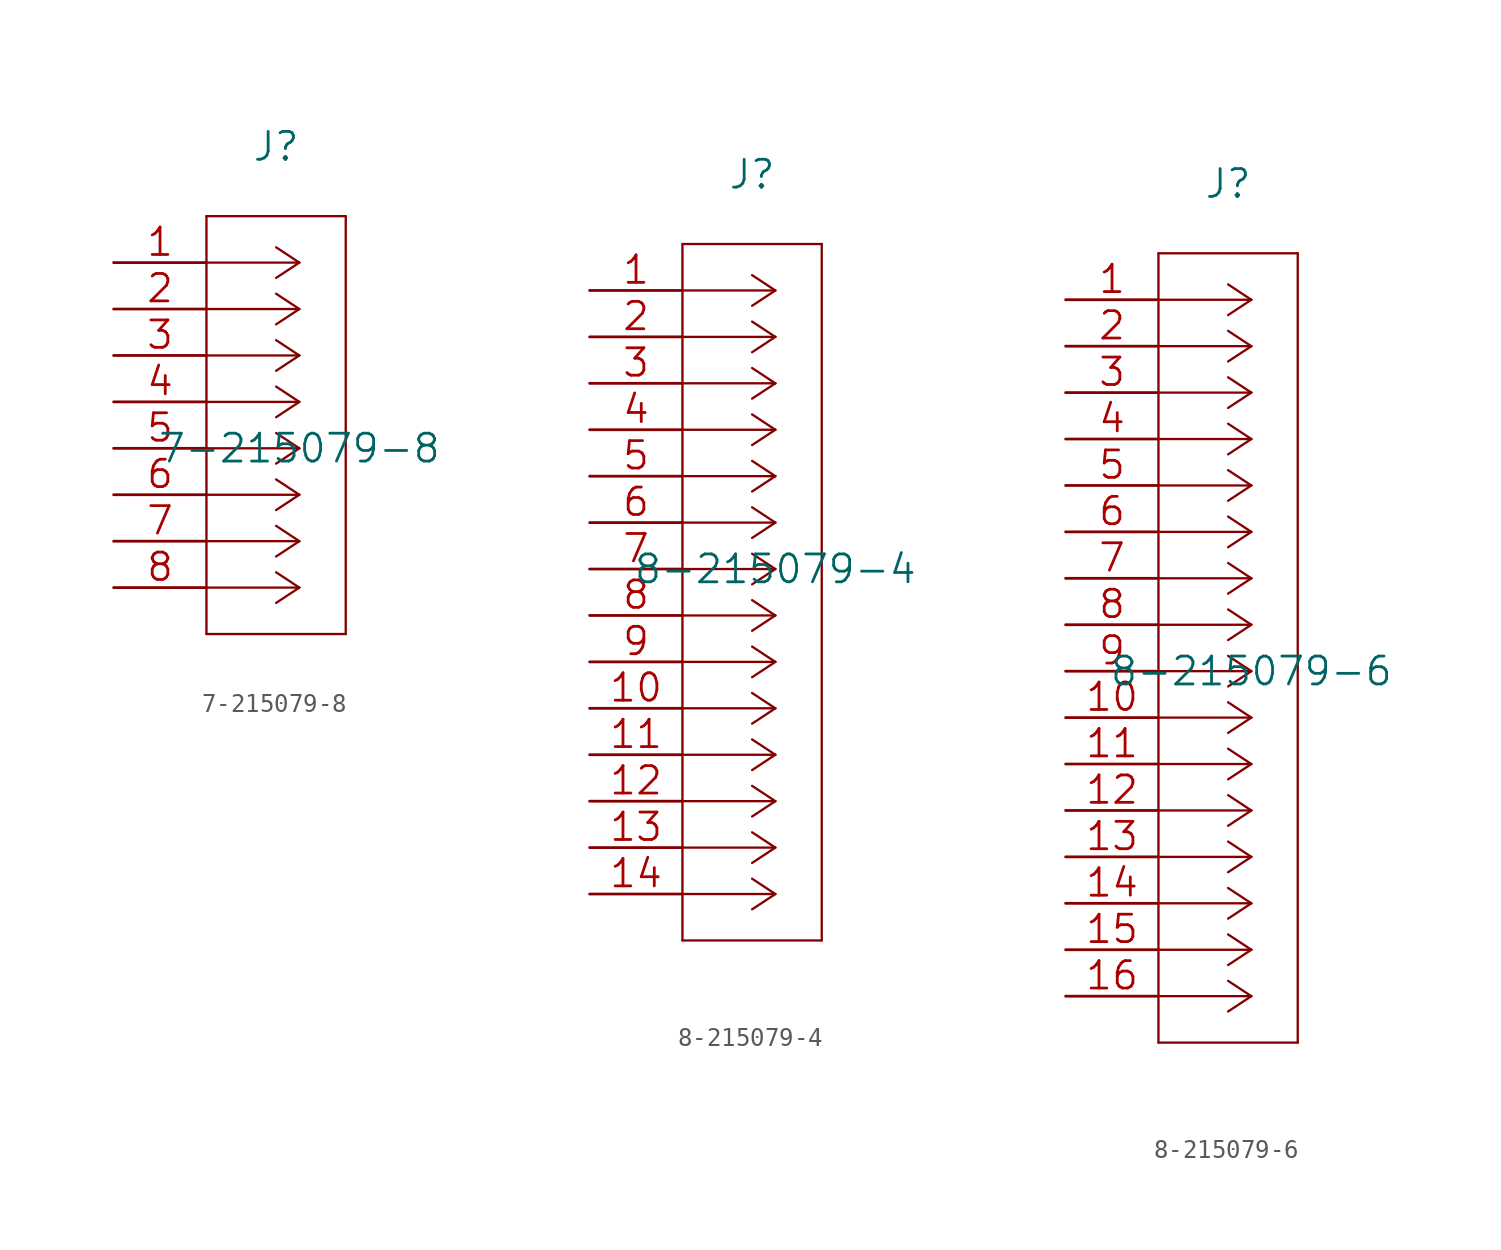
<source format=kicad_sym>
(kicad_symbol_lib
  (version 20211014)
  (generator kicad_symbol_editor)
  (symbol "7-215079-8"
    (pin_names
      (offset 0.254) hide)
    (property "Reference" "J"
      (at 8.89 6.35 0)
      (effects (font (size 1.524 1.524))))
    (property "Value" "7-215079-8"
      (at 10.16 -10.16 0)
      (effects (font (size 1.524 1.524))))
    (property "Datasheet" ""
      (at 0 0 0)
      (effects (font (size 1.524 1.524))))
    (property "ki_locked" ""
      (at 0 0 0)
      (effects (font (size 1.27 1.27))))
    (symbol "7-215079-8_1_1"
      (polyline (pts (xy 5.08 -20.32) (xy 12.7 -20.32)) (stroke (width 0.127) (type default) (color 0 0 0 0)) (fill (type none)))
      (polyline (pts (xy 5.08 2.54) (xy 5.08 -20.32)) (stroke (width 0.127) (type default) (color 0 0 0 0)) (fill (type none)))
      (polyline (pts (xy 10.16 -17.78) (xy 5.08 -17.78)) (stroke (width 0.127) (type default) (color 0 0 0 0)) (fill (type none)))
      (polyline (pts (xy 10.16 -17.78) (xy 8.89 -18.618)) (stroke (width 0.127) (type default) (color 0 0 0 0)) (fill (type none)))
      (polyline (pts (xy 10.16 -17.78) (xy 8.89 -16.942)) (stroke (width 0.127) (type default) (color 0 0 0 0)) (fill (type none)))
      (polyline (pts (xy 10.16 -15.24) (xy 5.08 -15.24)) (stroke (width 0.127) (type default) (color 0 0 0 0)) (fill (type none)))
      (polyline (pts (xy 10.16 -15.24) (xy 8.89 -16.078)) (stroke (width 0.127) (type default) (color 0 0 0 0)) (fill (type none)))
      (polyline (pts (xy 10.16 -15.24) (xy 8.89 -14.402)) (stroke (width 0.127) (type default) (color 0 0 0 0)) (fill (type none)))
      (polyline (pts (xy 10.16 -12.7) (xy 5.08 -12.7)) (stroke (width 0.127) (type default) (color 0 0 0 0)) (fill (type none)))
      (polyline (pts (xy 10.16 -12.7) (xy 8.89 -13.538)) (stroke (width 0.127) (type default) (color 0 0 0 0)) (fill (type none)))
      (polyline (pts (xy 10.16 -12.7) (xy 8.89 -11.862)) (stroke (width 0.127) (type default) (color 0 0 0 0)) (fill (type none)))
      (polyline (pts (xy 10.16 -10.16) (xy 5.08 -10.16)) (stroke (width 0.127) (type default) (color 0 0 0 0)) (fill (type none)))
      (polyline (pts (xy 10.16 -10.16) (xy 8.89 -10.998)) (stroke (width 0.127) (type default) (color 0 0 0 0)) (fill (type none)))
      (polyline (pts (xy 10.16 -10.16) (xy 8.89 -9.322)) (stroke (width 0.127) (type default) (color 0 0 0 0)) (fill (type none)))
      (polyline (pts (xy 10.16 -7.62) (xy 5.08 -7.62)) (stroke (width 0.127) (type default) (color 0 0 0 0)) (fill (type none)))
      (polyline (pts (xy 10.16 -7.62) (xy 8.89 -8.458)) (stroke (width 0.127) (type default) (color 0 0 0 0)) (fill (type none)))
      (polyline (pts (xy 10.16 -7.62) (xy 8.89 -6.782)) (stroke (width 0.127) (type default) (color 0 0 0 0)) (fill (type none)))
      (polyline (pts (xy 10.16 -5.08) (xy 5.08 -5.08)) (stroke (width 0.127) (type default) (color 0 0 0 0)) (fill (type none)))
      (polyline (pts (xy 10.16 -5.08) (xy 8.89 -5.918)) (stroke (width 0.127) (type default) (color 0 0 0 0)) (fill (type none)))
      (polyline (pts (xy 10.16 -5.08) (xy 8.89 -4.242)) (stroke (width 0.127) (type default) (color 0 0 0 0)) (fill (type none)))
      (polyline (pts (xy 10.16 -2.54) (xy 5.08 -2.54)) (stroke (width 0.127) (type default) (color 0 0 0 0)) (fill (type none)))
      (polyline (pts (xy 10.16 -2.54) (xy 8.89 -3.378)) (stroke (width 0.127) (type default) (color 0 0 0 0)) (fill (type none)))
      (polyline (pts (xy 10.16 -2.54) (xy 8.89 -1.702)) (stroke (width 0.127) (type default) (color 0 0 0 0)) (fill (type none)))
      (polyline (pts (xy 10.16 0) (xy 5.08 0)) (stroke (width 0.127) (type default) (color 0 0 0 0)) (fill (type none)))
      (polyline (pts (xy 10.16 0) (xy 8.89 -0.838)) (stroke (width 0.127) (type default) (color 0 0 0 0)) (fill (type none)))
      (polyline (pts (xy 10.16 0) (xy 8.89 0.838)) (stroke (width 0.127) (type default) (color 0 0 0 0)) (fill (type none)))
      (polyline (pts (xy 12.7 -20.32) (xy 12.7 2.54)) (stroke (width 0.127) (type default) (color 0 0 0 0)) (fill (type none)))
      (polyline (pts (xy 12.7 2.54) (xy 5.08 2.54)) (stroke (width 0.127) (type default) (color 0 0 0 0)) (fill (type none)))
      (pin passive line (at 0 0 0) (length 5.08) (name "1" (effects (font (size 1.499 1.499)))) (number "1" (effects (font (size 1.499 1.499)))))
      (pin passive line (at 0 -2.54 0) (length 5.08) (name "2" (effects (font (size 1.499 1.499)))) (number "2" (effects (font (size 1.499 1.499)))))
      (pin passive line (at 0 -5.08 0) (length 5.08) (name "3" (effects (font (size 1.499 1.499)))) (number "3" (effects (font (size 1.499 1.499)))))
      (pin passive line (at 0 -7.62 0) (length 5.08) (name "4" (effects (font (size 1.499 1.499)))) (number "4" (effects (font (size 1.499 1.499)))))
      (pin passive line (at 0 -10.16 0) (length 5.08) (name "5" (effects (font (size 1.499 1.499)))) (number "5" (effects (font (size 1.499 1.499)))))
      (pin passive line (at 0 -12.7 0) (length 5.08) (name "6" (effects (font (size 1.499 1.499)))) (number "6" (effects (font (size 1.499 1.499)))))
      (pin passive line (at 0 -15.24 0) (length 5.08) (name "7" (effects (font (size 1.499 1.499)))) (number "7" (effects (font (size 1.499 1.499)))))
      (pin passive line (at 0 -17.78 0) (length 5.08) (name "8" (effects (font (size 1.499 1.499)))) (number "8" (effects (font (size 1.499 1.499)))))))
  (symbol "8-215079-4"
    (pin_names
      (offset 0.254) hide)
    (property "Reference" "J"
      (at 8.89 6.35 0)
      (effects (font (size 1.524 1.524))))
    (property "Value" "8-215079-4"
      (at 10.16 -15.24 0)
      (effects (font (size 1.524 1.524))))
    (property "Datasheet" ""
      (at 0 0 0)
      (effects (font (size 1.524 1.524))))
    (property "ki_locked" ""
      (at 0 0 0)
      (effects (font (size 1.27 1.27))))
    (symbol "8-215079-4_1_1"
      (polyline (pts (xy 5.08 -35.56) (xy 12.7 -35.56)) (stroke (width 0.127) (type default) (color 0 0 0 0)) (fill (type none)))
      (polyline (pts (xy 5.08 2.54) (xy 5.08 -35.56)) (stroke (width 0.127) (type default) (color 0 0 0 0)) (fill (type none)))
      (polyline (pts (xy 10.16 -33.02) (xy 5.08 -33.02)) (stroke (width 0.127) (type default) (color 0 0 0 0)) (fill (type none)))
      (polyline (pts (xy 10.16 -33.02) (xy 8.89 -33.858)) (stroke (width 0.127) (type default) (color 0 0 0 0)) (fill (type none)))
      (polyline (pts (xy 10.16 -33.02) (xy 8.89 -32.182)) (stroke (width 0.127) (type default) (color 0 0 0 0)) (fill (type none)))
      (polyline (pts (xy 10.16 -30.48) (xy 5.08 -30.48)) (stroke (width 0.127) (type default) (color 0 0 0 0)) (fill (type none)))
      (polyline (pts (xy 10.16 -30.48) (xy 8.89 -31.318)) (stroke (width 0.127) (type default) (color 0 0 0 0)) (fill (type none)))
      (polyline (pts (xy 10.16 -30.48) (xy 8.89 -29.642)) (stroke (width 0.127) (type default) (color 0 0 0 0)) (fill (type none)))
      (polyline (pts (xy 10.16 -27.94) (xy 5.08 -27.94)) (stroke (width 0.127) (type default) (color 0 0 0 0)) (fill (type none)))
      (polyline (pts (xy 10.16 -27.94) (xy 8.89 -28.778)) (stroke (width 0.127) (type default) (color 0 0 0 0)) (fill (type none)))
      (polyline (pts (xy 10.16 -27.94) (xy 8.89 -27.102)) (stroke (width 0.127) (type default) (color 0 0 0 0)) (fill (type none)))
      (polyline (pts (xy 10.16 -25.4) (xy 5.08 -25.4)) (stroke (width 0.127) (type default) (color 0 0 0 0)) (fill (type none)))
      (polyline (pts (xy 10.16 -25.4) (xy 8.89 -26.238)) (stroke (width 0.127) (type default) (color 0 0 0 0)) (fill (type none)))
      (polyline (pts (xy 10.16 -25.4) (xy 8.89 -24.562)) (stroke (width 0.127) (type default) (color 0 0 0 0)) (fill (type none)))
      (polyline (pts (xy 10.16 -22.86) (xy 5.08 -22.86)) (stroke (width 0.127) (type default) (color 0 0 0 0)) (fill (type none)))
      (polyline (pts (xy 10.16 -22.86) (xy 8.89 -23.698)) (stroke (width 0.127) (type default) (color 0 0 0 0)) (fill (type none)))
      (polyline (pts (xy 10.16 -22.86) (xy 8.89 -22.022)) (stroke (width 0.127) (type default) (color 0 0 0 0)) (fill (type none)))
      (polyline (pts (xy 10.16 -20.32) (xy 5.08 -20.32)) (stroke (width 0.127) (type default) (color 0 0 0 0)) (fill (type none)))
      (polyline (pts (xy 10.16 -20.32) (xy 8.89 -21.158)) (stroke (width 0.127) (type default) (color 0 0 0 0)) (fill (type none)))
      (polyline (pts (xy 10.16 -20.32) (xy 8.89 -19.482)) (stroke (width 0.127) (type default) (color 0 0 0 0)) (fill (type none)))
      (polyline (pts (xy 10.16 -17.78) (xy 5.08 -17.78)) (stroke (width 0.127) (type default) (color 0 0 0 0)) (fill (type none)))
      (polyline (pts (xy 10.16 -17.78) (xy 8.89 -18.618)) (stroke (width 0.127) (type default) (color 0 0 0 0)) (fill (type none)))
      (polyline (pts (xy 10.16 -17.78) (xy 8.89 -16.942)) (stroke (width 0.127) (type default) (color 0 0 0 0)) (fill (type none)))
      (polyline (pts (xy 10.16 -15.24) (xy 5.08 -15.24)) (stroke (width 0.127) (type default) (color 0 0 0 0)) (fill (type none)))
      (polyline (pts (xy 10.16 -15.24) (xy 8.89 -16.078)) (stroke (width 0.127) (type default) (color 0 0 0 0)) (fill (type none)))
      (polyline (pts (xy 10.16 -15.24) (xy 8.89 -14.402)) (stroke (width 0.127) (type default) (color 0 0 0 0)) (fill (type none)))
      (polyline (pts (xy 10.16 -12.7) (xy 5.08 -12.7)) (stroke (width 0.127) (type default) (color 0 0 0 0)) (fill (type none)))
      (polyline (pts (xy 10.16 -12.7) (xy 8.89 -13.538)) (stroke (width 0.127) (type default) (color 0 0 0 0)) (fill (type none)))
      (polyline (pts (xy 10.16 -12.7) (xy 8.89 -11.862)) (stroke (width 0.127) (type default) (color 0 0 0 0)) (fill (type none)))
      (polyline (pts (xy 10.16 -10.16) (xy 5.08 -10.16)) (stroke (width 0.127) (type default) (color 0 0 0 0)) (fill (type none)))
      (polyline (pts (xy 10.16 -10.16) (xy 8.89 -10.998)) (stroke (width 0.127) (type default) (color 0 0 0 0)) (fill (type none)))
      (polyline (pts (xy 10.16 -10.16) (xy 8.89 -9.322)) (stroke (width 0.127) (type default) (color 0 0 0 0)) (fill (type none)))
      (polyline (pts (xy 10.16 -7.62) (xy 5.08 -7.62)) (stroke (width 0.127) (type default) (color 0 0 0 0)) (fill (type none)))
      (polyline (pts (xy 10.16 -7.62) (xy 8.89 -8.458)) (stroke (width 0.127) (type default) (color 0 0 0 0)) (fill (type none)))
      (polyline (pts (xy 10.16 -7.62) (xy 8.89 -6.782)) (stroke (width 0.127) (type default) (color 0 0 0 0)) (fill (type none)))
      (polyline (pts (xy 10.16 -5.08) (xy 5.08 -5.08)) (stroke (width 0.127) (type default) (color 0 0 0 0)) (fill (type none)))
      (polyline (pts (xy 10.16 -5.08) (xy 8.89 -5.918)) (stroke (width 0.127) (type default) (color 0 0 0 0)) (fill (type none)))
      (polyline (pts (xy 10.16 -5.08) (xy 8.89 -4.242)) (stroke (width 0.127) (type default) (color 0 0 0 0)) (fill (type none)))
      (polyline (pts (xy 10.16 -2.54) (xy 5.08 -2.54)) (stroke (width 0.127) (type default) (color 0 0 0 0)) (fill (type none)))
      (polyline (pts (xy 10.16 -2.54) (xy 8.89 -3.378)) (stroke (width 0.127) (type default) (color 0 0 0 0)) (fill (type none)))
      (polyline (pts (xy 10.16 -2.54) (xy 8.89 -1.702)) (stroke (width 0.127) (type default) (color 0 0 0 0)) (fill (type none)))
      (polyline (pts (xy 10.16 0) (xy 5.08 0)) (stroke (width 0.127) (type default) (color 0 0 0 0)) (fill (type none)))
      (polyline (pts (xy 10.16 0) (xy 8.89 -0.838)) (stroke (width 0.127) (type default) (color 0 0 0 0)) (fill (type none)))
      (polyline (pts (xy 10.16 0) (xy 8.89 0.838)) (stroke (width 0.127) (type default) (color 0 0 0 0)) (fill (type none)))
      (polyline (pts (xy 12.7 -35.56) (xy 12.7 2.54)) (stroke (width 0.127) (type default) (color 0 0 0 0)) (fill (type none)))
      (polyline (pts (xy 12.7 2.54) (xy 5.08 2.54)) (stroke (width 0.127) (type default) (color 0 0 0 0)) (fill (type none)))
      (pin passive line (at 0 0 0) (length 5.08) (name "1" (effects (font (size 1.499 1.499)))) (number "1" (effects (font (size 1.499 1.499)))))
      (pin passive line (at 0 -22.86 0) (length 5.08) (name "10" (effects (font (size 1.499 1.499)))) (number "10" (effects (font (size 1.499 1.499)))))
      (pin passive line (at 0 -25.4 0) (length 5.08) (name "11" (effects (font (size 1.499 1.499)))) (number "11" (effects (font (size 1.499 1.499)))))
      (pin passive line (at 0 -27.94 0) (length 5.08) (name "12" (effects (font (size 1.499 1.499)))) (number "12" (effects (font (size 1.499 1.499)))))
      (pin passive line (at 0 -30.48 0) (length 5.08) (name "13" (effects (font (size 1.499 1.499)))) (number "13" (effects (font (size 1.499 1.499)))))
      (pin passive line (at 0 -33.02 0) (length 5.08) (name "14" (effects (font (size 1.499 1.499)))) (number "14" (effects (font (size 1.499 1.499)))))
      (pin passive line (at 0 -2.54 0) (length 5.08) (name "2" (effects (font (size 1.499 1.499)))) (number "2" (effects (font (size 1.499 1.499)))))
      (pin passive line (at 0 -5.08 0) (length 5.08) (name "3" (effects (font (size 1.499 1.499)))) (number "3" (effects (font (size 1.499 1.499)))))
      (pin passive line (at 0 -7.62 0) (length 5.08) (name "4" (effects (font (size 1.499 1.499)))) (number "4" (effects (font (size 1.499 1.499)))))
      (pin passive line (at 0 -10.16 0) (length 5.08) (name "5" (effects (font (size 1.499 1.499)))) (number "5" (effects (font (size 1.499 1.499)))))
      (pin passive line (at 0 -12.7 0) (length 5.08) (name "6" (effects (font (size 1.499 1.499)))) (number "6" (effects (font (size 1.499 1.499)))))
      (pin passive line (at 0 -15.24 0) (length 5.08) (name "7" (effects (font (size 1.499 1.499)))) (number "7" (effects (font (size 1.499 1.499)))))
      (pin passive line (at 0 -17.78 0) (length 5.08) (name "8" (effects (font (size 1.499 1.499)))) (number "8" (effects (font (size 1.499 1.499)))))
      (pin passive line (at 0 -20.32 0) (length 5.08) (name "9" (effects (font (size 1.499 1.499)))) (number "9" (effects (font (size 1.499 1.499)))))))
  (symbol "8-215079-6"
    (pin_names
      (offset 0.254) hide)
    (property "Reference" "J"
      (at 8.89 6.35 0)
      (effects (font (size 1.524 1.524))))
    (property "Value" "8-215079-6"
      (at 10.16 -20.32 0)
      (effects (font (size 1.524 1.524))))
    (property "Datasheet" ""
      (at 0 0 0)
      (effects (font (size 1.524 1.524))))
    (property "ki_locked" ""
      (at 0 0 0)
      (effects (font (size 1.27 1.27))))
    (symbol "8-215079-6_1_1"
      (polyline (pts (xy 5.08 -40.64) (xy 12.7 -40.64)) (stroke (width 0.127) (type default) (color 0 0 0 0)) (fill (type none)))
      (polyline (pts (xy 5.08 2.54) (xy 5.08 -40.64)) (stroke (width 0.127) (type default) (color 0 0 0 0)) (fill (type none)))
      (polyline (pts (xy 10.16 -38.1) (xy 5.08 -38.1)) (stroke (width 0.127) (type default) (color 0 0 0 0)) (fill (type none)))
      (polyline (pts (xy 10.16 -38.1) (xy 8.89 -38.938)) (stroke (width 0.127) (type default) (color 0 0 0 0)) (fill (type none)))
      (polyline (pts (xy 10.16 -38.1) (xy 8.89 -37.262)) (stroke (width 0.127) (type default) (color 0 0 0 0)) (fill (type none)))
      (polyline (pts (xy 10.16 -35.56) (xy 5.08 -35.56)) (stroke (width 0.127) (type default) (color 0 0 0 0)) (fill (type none)))
      (polyline (pts (xy 10.16 -35.56) (xy 8.89 -36.398)) (stroke (width 0.127) (type default) (color 0 0 0 0)) (fill (type none)))
      (polyline (pts (xy 10.16 -35.56) (xy 8.89 -34.722)) (stroke (width 0.127) (type default) (color 0 0 0 0)) (fill (type none)))
      (polyline (pts (xy 10.16 -33.02) (xy 5.08 -33.02)) (stroke (width 0.127) (type default) (color 0 0 0 0)) (fill (type none)))
      (polyline (pts (xy 10.16 -33.02) (xy 8.89 -33.858)) (stroke (width 0.127) (type default) (color 0 0 0 0)) (fill (type none)))
      (polyline (pts (xy 10.16 -33.02) (xy 8.89 -32.182)) (stroke (width 0.127) (type default) (color 0 0 0 0)) (fill (type none)))
      (polyline (pts (xy 10.16 -30.48) (xy 5.08 -30.48)) (stroke (width 0.127) (type default) (color 0 0 0 0)) (fill (type none)))
      (polyline (pts (xy 10.16 -30.48) (xy 8.89 -31.318)) (stroke (width 0.127) (type default) (color 0 0 0 0)) (fill (type none)))
      (polyline (pts (xy 10.16 -30.48) (xy 8.89 -29.642)) (stroke (width 0.127) (type default) (color 0 0 0 0)) (fill (type none)))
      (polyline (pts (xy 10.16 -27.94) (xy 5.08 -27.94)) (stroke (width 0.127) (type default) (color 0 0 0 0)) (fill (type none)))
      (polyline (pts (xy 10.16 -27.94) (xy 8.89 -28.778)) (stroke (width 0.127) (type default) (color 0 0 0 0)) (fill (type none)))
      (polyline (pts (xy 10.16 -27.94) (xy 8.89 -27.102)) (stroke (width 0.127) (type default) (color 0 0 0 0)) (fill (type none)))
      (polyline (pts (xy 10.16 -25.4) (xy 5.08 -25.4)) (stroke (width 0.127) (type default) (color 0 0 0 0)) (fill (type none)))
      (polyline (pts (xy 10.16 -25.4) (xy 8.89 -26.238)) (stroke (width 0.127) (type default) (color 0 0 0 0)) (fill (type none)))
      (polyline (pts (xy 10.16 -25.4) (xy 8.89 -24.562)) (stroke (width 0.127) (type default) (color 0 0 0 0)) (fill (type none)))
      (polyline (pts (xy 10.16 -22.86) (xy 5.08 -22.86)) (stroke (width 0.127) (type default) (color 0 0 0 0)) (fill (type none)))
      (polyline (pts (xy 10.16 -22.86) (xy 8.89 -23.698)) (stroke (width 0.127) (type default) (color 0 0 0 0)) (fill (type none)))
      (polyline (pts (xy 10.16 -22.86) (xy 8.89 -22.022)) (stroke (width 0.127) (type default) (color 0 0 0 0)) (fill (type none)))
      (polyline (pts (xy 10.16 -20.32) (xy 5.08 -20.32)) (stroke (width 0.127) (type default) (color 0 0 0 0)) (fill (type none)))
      (polyline (pts (xy 10.16 -20.32) (xy 8.89 -21.158)) (stroke (width 0.127) (type default) (color 0 0 0 0)) (fill (type none)))
      (polyline (pts (xy 10.16 -20.32) (xy 8.89 -19.482)) (stroke (width 0.127) (type default) (color 0 0 0 0)) (fill (type none)))
      (polyline (pts (xy 10.16 -17.78) (xy 5.08 -17.78)) (stroke (width 0.127) (type default) (color 0 0 0 0)) (fill (type none)))
      (polyline (pts (xy 10.16 -17.78) (xy 8.89 -18.618)) (stroke (width 0.127) (type default) (color 0 0 0 0)) (fill (type none)))
      (polyline (pts (xy 10.16 -17.78) (xy 8.89 -16.942)) (stroke (width 0.127) (type default) (color 0 0 0 0)) (fill (type none)))
      (polyline (pts (xy 10.16 -15.24) (xy 5.08 -15.24)) (stroke (width 0.127) (type default) (color 0 0 0 0)) (fill (type none)))
      (polyline (pts (xy 10.16 -15.24) (xy 8.89 -16.078)) (stroke (width 0.127) (type default) (color 0 0 0 0)) (fill (type none)))
      (polyline (pts (xy 10.16 -15.24) (xy 8.89 -14.402)) (stroke (width 0.127) (type default) (color 0 0 0 0)) (fill (type none)))
      (polyline (pts (xy 10.16 -12.7) (xy 5.08 -12.7)) (stroke (width 0.127) (type default) (color 0 0 0 0)) (fill (type none)))
      (polyline (pts (xy 10.16 -12.7) (xy 8.89 -13.538)) (stroke (width 0.127) (type default) (color 0 0 0 0)) (fill (type none)))
      (polyline (pts (xy 10.16 -12.7) (xy 8.89 -11.862)) (stroke (width 0.127) (type default) (color 0 0 0 0)) (fill (type none)))
      (polyline (pts (xy 10.16 -10.16) (xy 5.08 -10.16)) (stroke (width 0.127) (type default) (color 0 0 0 0)) (fill (type none)))
      (polyline (pts (xy 10.16 -10.16) (xy 8.89 -10.998)) (stroke (width 0.127) (type default) (color 0 0 0 0)) (fill (type none)))
      (polyline (pts (xy 10.16 -10.16) (xy 8.89 -9.322)) (stroke (width 0.127) (type default) (color 0 0 0 0)) (fill (type none)))
      (polyline (pts (xy 10.16 -7.62) (xy 5.08 -7.62)) (stroke (width 0.127) (type default) (color 0 0 0 0)) (fill (type none)))
      (polyline (pts (xy 10.16 -7.62) (xy 8.89 -8.458)) (stroke (width 0.127) (type default) (color 0 0 0 0)) (fill (type none)))
      (polyline (pts (xy 10.16 -7.62) (xy 8.89 -6.782)) (stroke (width 0.127) (type default) (color 0 0 0 0)) (fill (type none)))
      (polyline (pts (xy 10.16 -5.08) (xy 5.08 -5.08)) (stroke (width 0.127) (type default) (color 0 0 0 0)) (fill (type none)))
      (polyline (pts (xy 10.16 -5.08) (xy 8.89 -5.918)) (stroke (width 0.127) (type default) (color 0 0 0 0)) (fill (type none)))
      (polyline (pts (xy 10.16 -5.08) (xy 8.89 -4.242)) (stroke (width 0.127) (type default) (color 0 0 0 0)) (fill (type none)))
      (polyline (pts (xy 10.16 -2.54) (xy 5.08 -2.54)) (stroke (width 0.127) (type default) (color 0 0 0 0)) (fill (type none)))
      (polyline (pts (xy 10.16 -2.54) (xy 8.89 -3.378)) (stroke (width 0.127) (type default) (color 0 0 0 0)) (fill (type none)))
      (polyline (pts (xy 10.16 -2.54) (xy 8.89 -1.702)) (stroke (width 0.127) (type default) (color 0 0 0 0)) (fill (type none)))
      (polyline (pts (xy 10.16 0) (xy 5.08 0)) (stroke (width 0.127) (type default) (color 0 0 0 0)) (fill (type none)))
      (polyline (pts (xy 10.16 0) (xy 8.89 -0.838)) (stroke (width 0.127) (type default) (color 0 0 0 0)) (fill (type none)))
      (polyline (pts (xy 10.16 0) (xy 8.89 0.838)) (stroke (width 0.127) (type default) (color 0 0 0 0)) (fill (type none)))
      (polyline (pts (xy 12.7 -40.64) (xy 12.7 2.54)) (stroke (width 0.127) (type default) (color 0 0 0 0)) (fill (type none)))
      (polyline (pts (xy 12.7 2.54) (xy 5.08 2.54)) (stroke (width 0.127) (type default) (color 0 0 0 0)) (fill (type none)))
      (pin passive line (at 0 0 0) (length 5.08) (name "1" (effects (font (size 1.499 1.499)))) (number "1" (effects (font (size 1.499 1.499)))))
      (pin passive line (at 0 -22.86 0) (length 5.08) (name "10" (effects (font (size 1.499 1.499)))) (number "10" (effects (font (size 1.499 1.499)))))
      (pin passive line (at 0 -25.4 0) (length 5.08) (name "11" (effects (font (size 1.499 1.499)))) (number "11" (effects (font (size 1.499 1.499)))))
      (pin passive line (at 0 -27.94 0) (length 5.08) (name "12" (effects (font (size 1.499 1.499)))) (number "12" (effects (font (size 1.499 1.499)))))
      (pin passive line (at 0 -30.48 0) (length 5.08) (name "13" (effects (font (size 1.499 1.499)))) (number "13" (effects (font (size 1.499 1.499)))))
      (pin passive line (at 0 -33.02 0) (length 5.08) (name "14" (effects (font (size 1.499 1.499)))) (number "14" (effects (font (size 1.499 1.499)))))
      (pin passive line (at 0 -35.56 0) (length 5.08) (name "15" (effects (font (size 1.499 1.499)))) (number "15" (effects (font (size 1.499 1.499)))))
      (pin passive line (at 0 -38.1 0) (length 5.08) (name "16" (effects (font (size 1.499 1.499)))) (number "16" (effects (font (size 1.499 1.499)))))
      (pin passive line (at 0 -2.54 0) (length 5.08) (name "2" (effects (font (size 1.499 1.499)))) (number "2" (effects (font (size 1.499 1.499)))))
      (pin passive line (at 0 -5.08 0) (length 5.08) (name "3" (effects (font (size 1.499 1.499)))) (number "3" (effects (font (size 1.499 1.499)))))
      (pin passive line (at 0 -7.62 0) (length 5.08) (name "4" (effects (font (size 1.499 1.499)))) (number "4" (effects (font (size 1.499 1.499)))))
      (pin passive line (at 0 -10.16 0) (length 5.08) (name "5" (effects (font (size 1.499 1.499)))) (number "5" (effects (font (size 1.499 1.499)))))
      (pin passive line (at 0 -12.7 0) (length 5.08) (name "6" (effects (font (size 1.499 1.499)))) (number "6" (effects (font (size 1.499 1.499)))))
      (pin passive line (at 0 -15.24 0) (length 5.08) (name "7" (effects (font (size 1.499 1.499)))) (number "7" (effects (font (size 1.499 1.499)))))
      (pin passive line (at 0 -17.78 0) (length 5.08) (name "8" (effects (font (size 1.499 1.499)))) (number "8" (effects (font (size 1.499 1.499)))))
      (pin passive line (at 0 -20.32 0) (length 5.08) (name "9" (effects (font (size 1.499 1.499)))) (number "9" (effects (font (size 1.499 1.499))))))))
</source>
